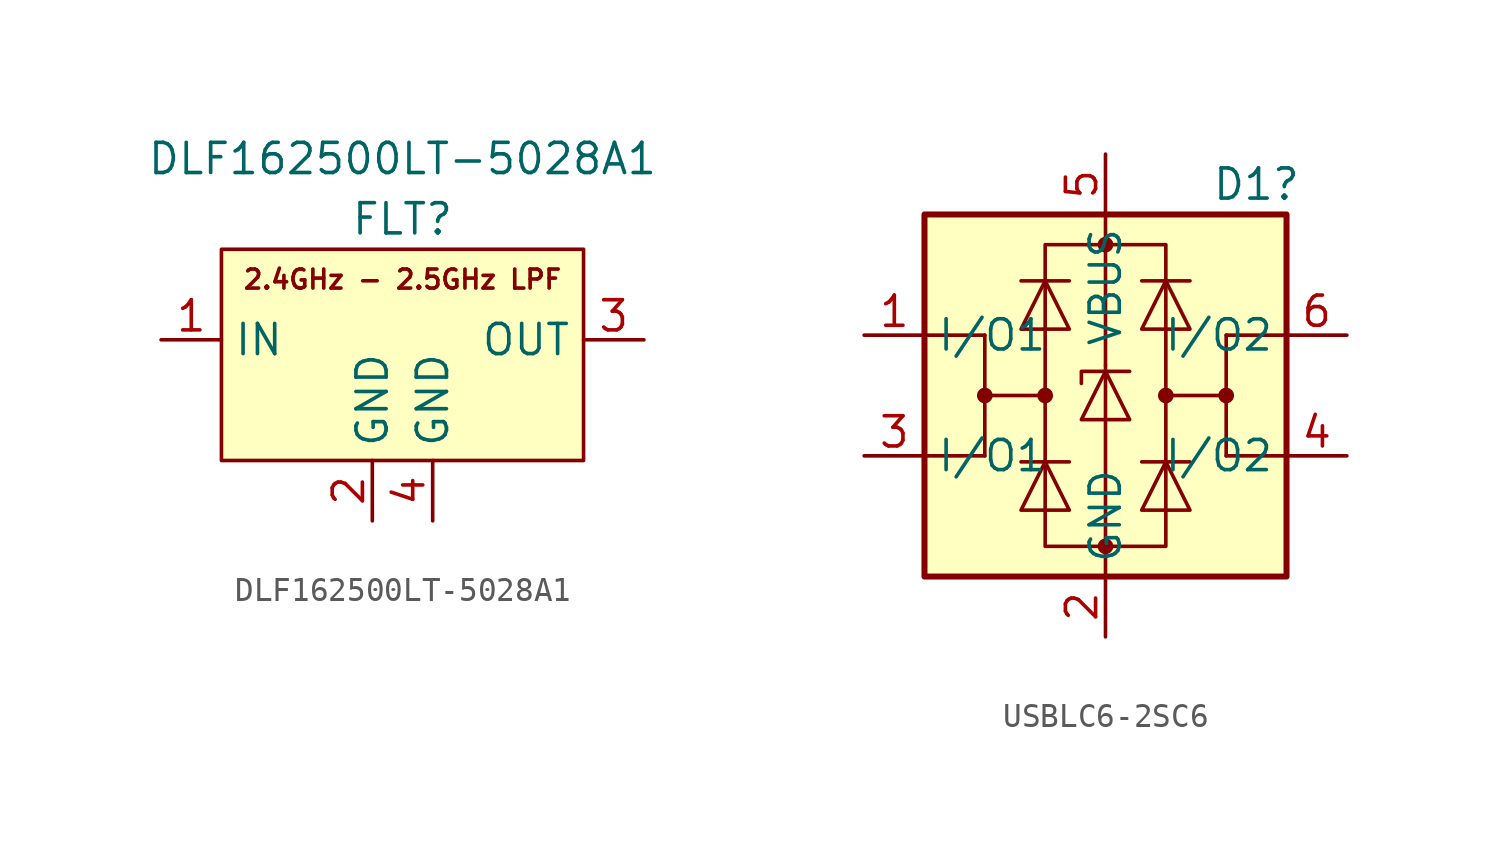
<source format=kicad_sym>
(kicad_symbol_lib
  (version 20220914)
  (generator kicad_symbol_editor)
  (symbol "DLF162500LT-5028A1"
    (property "Reference" "FLT"
      (at 0 3.81 0)
      (effects (font (size 1.27 1.27))))
    (property "Value" "DLF162500LT-5028A1"
      (at 0 6.35 0)
      (effects (font (size 1.27 1.27))))
    (symbol "DLF162500LT-5028A1_0_0"
      (pin passive line (at -10.16 -1.27 0) (length 2.54) (name "IN" (effects (font (size 1.27 1.27)))) (number "1" (effects (font (size 1.27 1.27)))))
      (pin passive line (at -1.27 -8.89 90) (length 2.54) (name "GND" (effects (font (size 1.27 1.27)))) (number "2" (effects (font (size 1.27 1.27)))))
      (pin passive line (at 10.16 -1.27 180) (length 2.54) (name "OUT" (effects (font (size 1.27 1.27)))) (number "3" (effects (font (size 1.27 1.27)))))
      (pin passive line (at 1.27 -8.89 90) (length 2.54) (name "GND" (effects (font (size 1.27 1.27)))) (number "4" (effects (font (size 1.27 1.27))))))
    (symbol "DLF162500LT-5028A1_1_1"
      (rectangle (start -7.62 2.54) (end 7.62 -6.35) (stroke (width 0) (type default)) (fill (type background)))
      (text "2.4GHz - 2.5GHz LPF" (at 0 1.27 0) (effects (font (size 0.8 0.8))))))
  (symbol "USBLC6-2SC6"
    (property "Reference" "D1"
      (at 2.54 0 0)
      (effects (font (size 1.27 1.27))))
    (property "Value" ""
      (at 0 0 0)
      (effects (font (size 1.27 1.27))))
    (symbol "USBLC6-2SC6_0_1"
      (rectangle (start -11.43 -16.51) (end 3.81 -1.27) (stroke (width 0.254) (type default)) (fill (type background)))
      (circle (center -8.89 -8.89) (radius 0.254) (stroke (width 0) (type default)) (fill (type outline)))
      (circle (center -6.35 -8.89) (radius 0.254) (stroke (width 0) (type default)) (fill (type outline)))
      (rectangle (start -6.35 -2.54) (end -1.27 -15.24) (stroke (width 0) (type default)) (fill (type none)))
      (circle (center -3.81 -15.24) (radius 0.254) (stroke (width 0) (type default)) (fill (type outline)))
      (circle (center -3.81 -2.54) (radius 0.254) (stroke (width 0) (type default)) (fill (type outline)))
      (circle (center -1.27 -8.89) (radius 0.254) (stroke (width 0) (type default)) (fill (type outline)))
      (polyline (pts (xy -8.89 -11.43) (xy -11.43 -11.43)) (stroke (width 0) (type default)) (fill (type none)))
      (polyline (pts (xy -8.89 -8.89) (xy -8.89 -11.43)) (stroke (width 0) (type default)) (fill (type none)))
      (polyline (pts (xy -8.89 -6.35) (xy -11.43 -6.35)) (stroke (width 0) (type default)) (fill (type none)))
      (polyline (pts (xy -5.334 -11.684) (xy -7.366 -11.684)) (stroke (width 0) (type default)) (fill (type none)))
      (polyline (pts (xy -5.334 -4.064) (xy -7.366 -4.064)) (stroke (width 0) (type default)) (fill (type none)))
      (polyline (pts (xy -3.81 -16.51) (xy -3.81 -15.24)) (stroke (width 0) (type default)) (fill (type none)))
      (polyline (pts (xy -3.81 -15.24) (xy -3.81 -7.62)) (stroke (width 0) (type default)) (fill (type none)))
      (polyline (pts (xy -3.81 -7.62) (xy -3.81 -2.54)) (stroke (width 0) (type default)) (fill (type none)))
      (polyline (pts (xy -3.81 -2.54) (xy -3.81 -1.27)) (stroke (width 0) (type default)) (fill (type none)))
      (polyline (pts (xy -2.286 -11.684) (xy -0.254 -11.684)) (stroke (width 0) (type default)) (fill (type none)))
      (polyline (pts (xy -2.286 -4.064) (xy -0.254 -4.064)) (stroke (width 0) (type default)) (fill (type none)))
      (polyline (pts (xy 1.27 -11.43) (xy 3.81 -11.43)) (stroke (width 0) (type default)) (fill (type none)))
      (polyline (pts (xy 1.27 -8.89) (xy 1.27 -11.43)) (stroke (width 0) (type default)) (fill (type none)))
      (polyline (pts (xy 1.27 -6.35) (xy 3.81 -6.35)) (stroke (width 0) (type default)) (fill (type none)))
      (polyline (pts (xy -6.35 -8.89) (xy -8.89 -8.89) (xy -8.89 -6.35)) (stroke (width 0) (type default)) (fill (type none)))
      (polyline (pts (xy -1.27 -8.89) (xy 1.27 -8.89) (xy 1.27 -6.35)) (stroke (width 0) (type default)) (fill (type none)))
      (polyline (pts (xy -7.366 -13.716) (xy -5.334 -13.716) (xy -6.35 -11.684) (xy -7.366 -13.716)) (stroke (width 0) (type default)) (fill (type none)))
      (polyline (pts (xy -7.366 -6.096) (xy -5.334 -6.096) (xy -6.35 -4.064) (xy -7.366 -6.096)) (stroke (width 0) (type default)) (fill (type none)))
      (polyline (pts (xy -4.826 -9.906) (xy -2.794 -9.906) (xy -3.81 -7.874) (xy -4.826 -9.906)) (stroke (width 0) (type default)) (fill (type none)))
      (polyline (pts (xy -2.794 -7.874) (xy -3.048 -7.874) (xy -4.826 -7.874) (xy -4.826 -8.382)) (stroke (width 0) (type default)) (fill (type none)))
      (polyline (pts (xy -0.254 -13.716) (xy -2.286 -13.716) (xy -1.27 -11.684) (xy -0.254 -13.716)) (stroke (width 0) (type default)) (fill (type none)))
      (polyline (pts (xy -0.254 -6.096) (xy -2.286 -6.096) (xy -1.27 -4.064) (xy -0.254 -6.096)) (stroke (width 0) (type default)) (fill (type none)))
      (circle (center 1.27 -8.89) (radius 0.254) (stroke (width 0) (type default)) (fill (type outline))))
    (symbol "USBLC6-2SC6_1_1"
      (pin passive line (at -13.97 -6.35 0) (length 2.54) (name "I/O1" (effects (font (size 1.27 1.27)))) (number "1" (effects (font (size 1.27 1.27)))))
      (pin passive line (at -3.81 -19.05 90) (length 2.54) (name "GND" (effects (font (size 1.27 1.27)))) (number "2" (effects (font (size 1.27 1.27)))))
      (pin passive line (at -13.97 -11.43 0) (length 2.54) (name "I/O1" (effects (font (size 1.27 1.27)))) (number "3" (effects (font (size 1.27 1.27)))))
      (pin passive line (at 6.35 -11.43 180) (length 2.54) (name "I/O2" (effects (font (size 1.27 1.27)))) (number "4" (effects (font (size 1.27 1.27)))))
      (pin passive line (at -3.81 1.27 270) (length 2.54) (name "VBUS" (effects (font (size 1.27 1.27)))) (number "5" (effects (font (size 1.27 1.27)))))
      (pin passive line (at 6.35 -6.35 180) (length 2.54) (name "I/O2" (effects (font (size 1.27 1.27)))) (number "6" (effects (font (size 1.27 1.27))))))))
</source>
